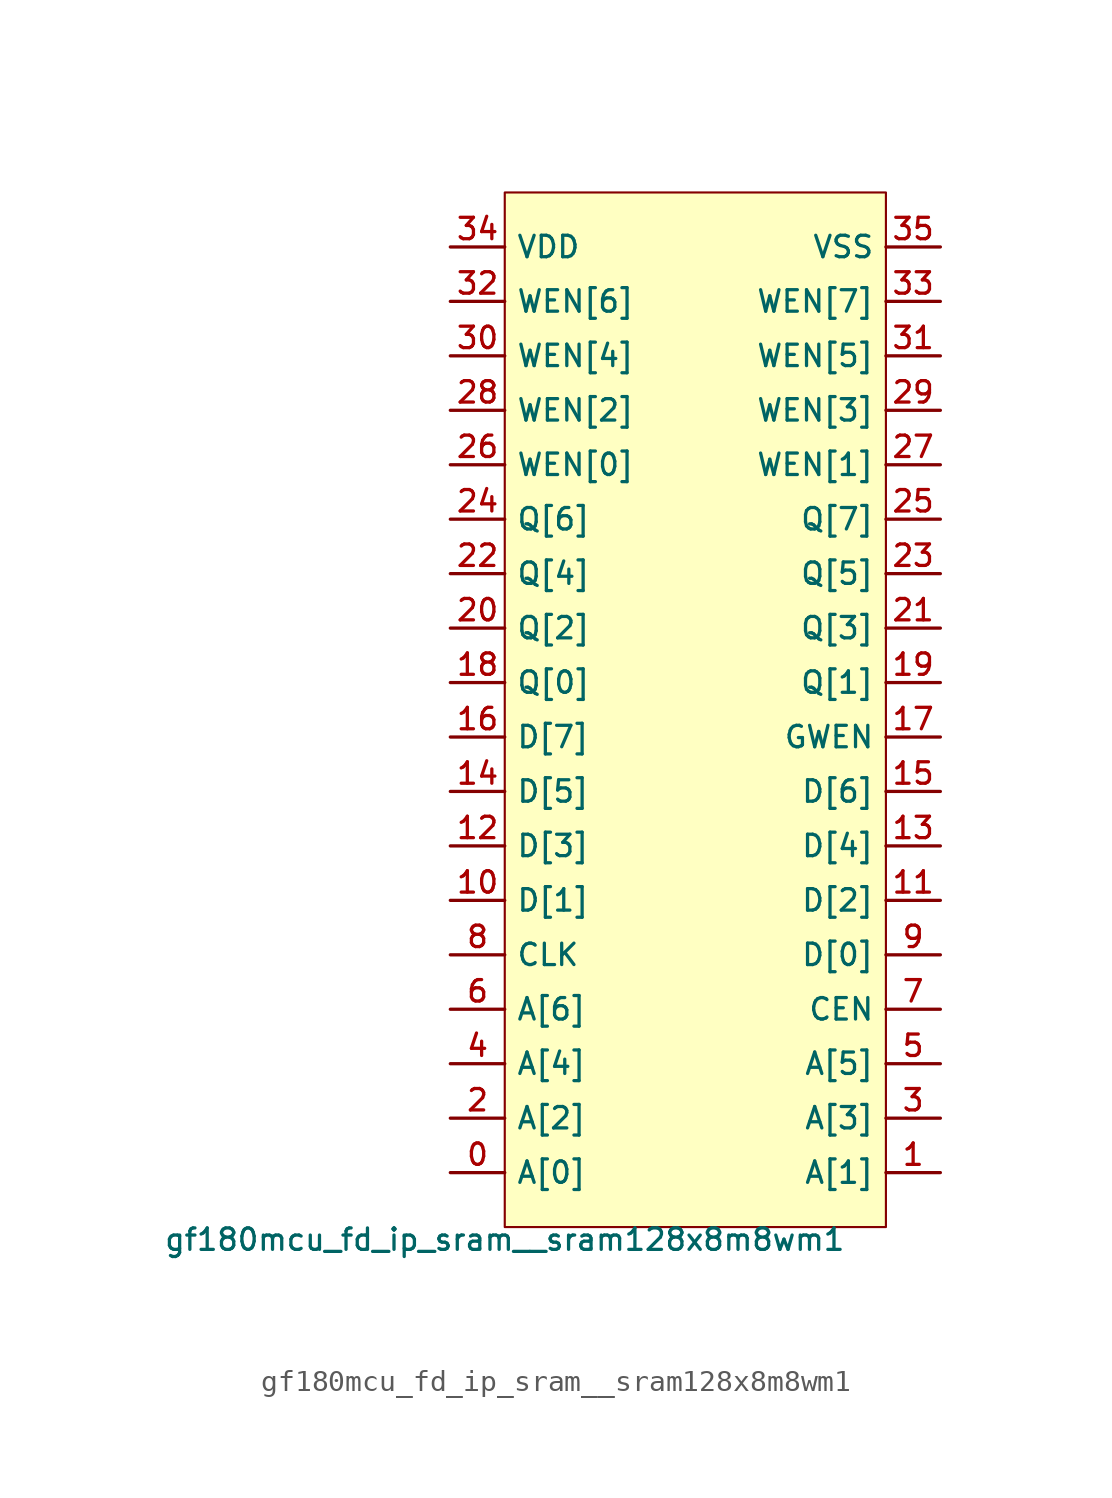
<source format=kicad_sym>
(kicad_symbol_lib
  (version 20211014)
  (generator pdk2kicad)
  (symbol "gf180mcu_fd_ip_sram__sram128x8m8wm1"
    (property "Reference" "X"
      (at 0 0 0)
      (effects (font (size 1 1)) hide))
    (property "Value" "gf180mcu_fd_ip_sram__sram128x8m8wm1"
      (at -8.89 -24.13 0)
      (effects (font (size 1 1)) (justify top)))
    (rectangle
      (start -8.89 -24.13)
      (end 8.89 24.13)
      (stroke (width 0.1) (type solid) (color 0 0 0 0))
      (fill (type background)))
    (pin bidirectional line
      (at -11.43 -21.59 0)
      (length 2.54)
      (name "A[0]" (effects (font (size 1 1)) hide))
      (number "0" (effects (font (size 1 1)) hide)))
    (pin bidirectional line
      (at 11.43 -21.59 180)
      (length 2.54)
      (name "A[1]" (effects (font (size 1 1)) hide))
      (number "1" (effects (font (size 1 1)) hide)))
    (pin bidirectional line
      (at -11.43 -19.05 0)
      (length 2.54)
      (name "A[2]" (effects (font (size 1 1)) hide))
      (number "2" (effects (font (size 1 1)) hide)))
    (pin bidirectional line
      (at 11.43 -19.05 180)
      (length 2.54)
      (name "A[3]" (effects (font (size 1 1)) hide))
      (number "3" (effects (font (size 1 1)) hide)))
    (pin bidirectional line
      (at -11.43 -16.51 0)
      (length 2.54)
      (name "A[4]" (effects (font (size 1 1)) hide))
      (number "4" (effects (font (size 1 1)) hide)))
    (pin bidirectional line
      (at 11.43 -16.51 180)
      (length 2.54)
      (name "A[5]" (effects (font (size 1 1)) hide))
      (number "5" (effects (font (size 1 1)) hide)))
    (pin bidirectional line
      (at -11.43 -13.97 0)
      (length 2.54)
      (name "A[6]" (effects (font (size 1 1)) hide))
      (number "6" (effects (font (size 1 1)) hide)))
    (pin bidirectional line
      (at 11.43 -13.97 180)
      (length 2.54)
      (name "CEN" (effects (font (size 1 1)) hide))
      (number "7" (effects (font (size 1 1)) hide)))
    (pin bidirectional line
      (at -11.43 -11.43 0)
      (length 2.54)
      (name "CLK" (effects (font (size 1 1)) hide))
      (number "8" (effects (font (size 1 1)) hide)))
    (pin bidirectional line
      (at 11.43 -11.43 180)
      (length 2.54)
      (name "D[0]" (effects (font (size 1 1)) hide))
      (number "9" (effects (font (size 1 1)) hide)))
    (pin bidirectional line
      (at -11.43 -8.89 0)
      (length 2.54)
      (name "D[1]" (effects (font (size 1 1)) hide))
      (number "10" (effects (font (size 1 1)) hide)))
    (pin bidirectional line
      (at 11.43 -8.89 180)
      (length 2.54)
      (name "D[2]" (effects (font (size 1 1)) hide))
      (number "11" (effects (font (size 1 1)) hide)))
    (pin bidirectional line
      (at -11.43 -6.35 0)
      (length 2.54)
      (name "D[3]" (effects (font (size 1 1)) hide))
      (number "12" (effects (font (size 1 1)) hide)))
    (pin bidirectional line
      (at 11.43 -6.35 180)
      (length 2.54)
      (name "D[4]" (effects (font (size 1 1)) hide))
      (number "13" (effects (font (size 1 1)) hide)))
    (pin bidirectional line
      (at -11.43 -3.81 0)
      (length 2.54)
      (name "D[5]" (effects (font (size 1 1)) hide))
      (number "14" (effects (font (size 1 1)) hide)))
    (pin bidirectional line
      (at 11.43 -3.81 180)
      (length 2.54)
      (name "D[6]" (effects (font (size 1 1)) hide))
      (number "15" (effects (font (size 1 1)) hide)))
    (pin bidirectional line
      (at -11.43 -1.27 0)
      (length 2.54)
      (name "D[7]" (effects (font (size 1 1)) hide))
      (number "16" (effects (font (size 1 1)) hide)))
    (pin bidirectional line
      (at 11.43 -1.27 180)
      (length 2.54)
      (name "GWEN" (effects (font (size 1 1)) hide))
      (number "17" (effects (font (size 1 1)) hide)))
    (pin bidirectional line
      (at -11.43 1.27 0)
      (length 2.54)
      (name "Q[0]" (effects (font (size 1 1)) hide))
      (number "18" (effects (font (size 1 1)) hide)))
    (pin bidirectional line
      (at 11.43 1.27 180)
      (length 2.54)
      (name "Q[1]" (effects (font (size 1 1)) hide))
      (number "19" (effects (font (size 1 1)) hide)))
    (pin bidirectional line
      (at -11.43 3.81 0)
      (length 2.54)
      (name "Q[2]" (effects (font (size 1 1)) hide))
      (number "20" (effects (font (size 1 1)) hide)))
    (pin bidirectional line
      (at 11.43 3.81 180)
      (length 2.54)
      (name "Q[3]" (effects (font (size 1 1)) hide))
      (number "21" (effects (font (size 1 1)) hide)))
    (pin bidirectional line
      (at -11.43 6.35 0)
      (length 2.54)
      (name "Q[4]" (effects (font (size 1 1)) hide))
      (number "22" (effects (font (size 1 1)) hide)))
    (pin bidirectional line
      (at 11.43 6.35 180)
      (length 2.54)
      (name "Q[5]" (effects (font (size 1 1)) hide))
      (number "23" (effects (font (size 1 1)) hide)))
    (pin bidirectional line
      (at -11.43 8.89 0)
      (length 2.54)
      (name "Q[6]" (effects (font (size 1 1)) hide))
      (number "24" (effects (font (size 1 1)) hide)))
    (pin bidirectional line
      (at 11.43 8.89 180)
      (length 2.54)
      (name "Q[7]" (effects (font (size 1 1)) hide))
      (number "25" (effects (font (size 1 1)) hide)))
    (pin bidirectional line
      (at -11.43 11.43 0)
      (length 2.54)
      (name "WEN[0]" (effects (font (size 1 1)) hide))
      (number "26" (effects (font (size 1 1)) hide)))
    (pin bidirectional line
      (at 11.43 11.43 180)
      (length 2.54)
      (name "WEN[1]" (effects (font (size 1 1)) hide))
      (number "27" (effects (font (size 1 1)) hide)))
    (pin bidirectional line
      (at -11.43 13.97 0)
      (length 2.54)
      (name "WEN[2]" (effects (font (size 1 1)) hide))
      (number "28" (effects (font (size 1 1)) hide)))
    (pin bidirectional line
      (at 11.43 13.97 180)
      (length 2.54)
      (name "WEN[3]" (effects (font (size 1 1)) hide))
      (number "29" (effects (font (size 1 1)) hide)))
    (pin bidirectional line
      (at -11.43 16.51 0)
      (length 2.54)
      (name "WEN[4]" (effects (font (size 1 1)) hide))
      (number "30" (effects (font (size 1 1)) hide)))
    (pin bidirectional line
      (at 11.43 16.51 180)
      (length 2.54)
      (name "WEN[5]" (effects (font (size 1 1)) hide))
      (number "31" (effects (font (size 1 1)) hide)))
    (pin bidirectional line
      (at -11.43 19.05 0)
      (length 2.54)
      (name "WEN[6]" (effects (font (size 1 1)) hide))
      (number "32" (effects (font (size 1 1)) hide)))
    (pin bidirectional line
      (at 11.43 19.05 180)
      (length 2.54)
      (name "WEN[7]" (effects (font (size 1 1)) hide))
      (number "33" (effects (font (size 1 1)) hide)))
    (pin bidirectional line
      (at -11.43 21.59 0)
      (length 2.54)
      (name "VDD" (effects (font (size 1 1)) hide))
      (number "34" (effects (font (size 1 1)) hide)))
    (pin bidirectional line
      (at 11.43 21.59 180)
      (length 2.54)
      (name "VSS" (effects (font (size 1 1)) hide))
      (number "35" (effects (font (size 1 1)) hide)))))
</source>
